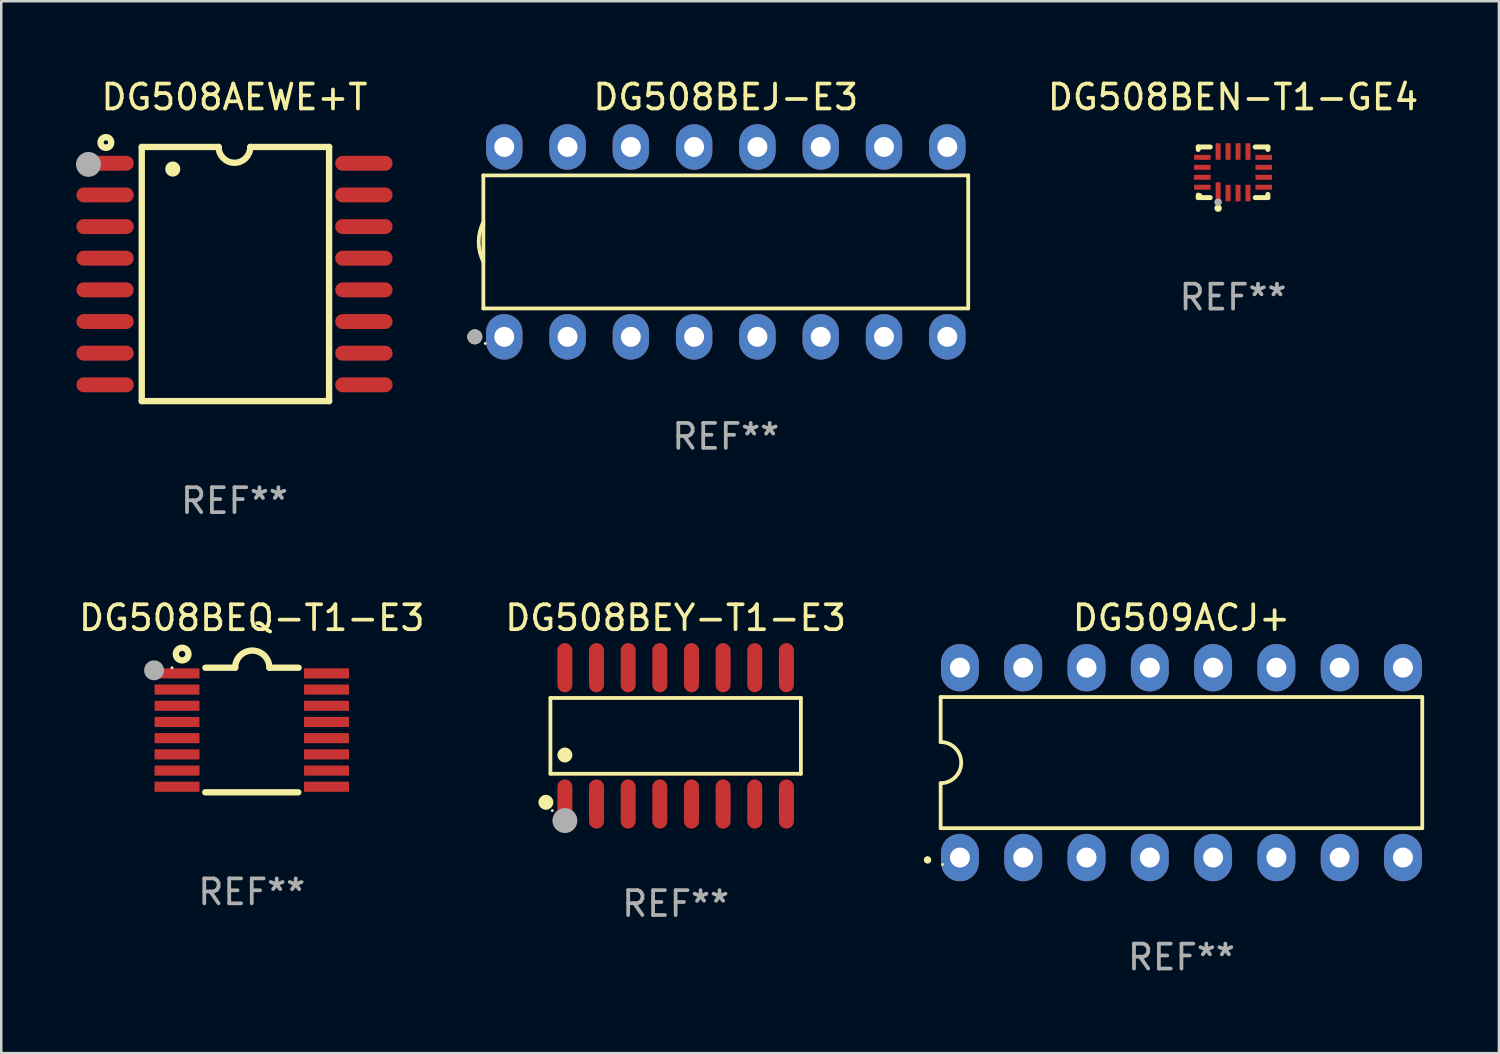
<source format=kicad_pcb>
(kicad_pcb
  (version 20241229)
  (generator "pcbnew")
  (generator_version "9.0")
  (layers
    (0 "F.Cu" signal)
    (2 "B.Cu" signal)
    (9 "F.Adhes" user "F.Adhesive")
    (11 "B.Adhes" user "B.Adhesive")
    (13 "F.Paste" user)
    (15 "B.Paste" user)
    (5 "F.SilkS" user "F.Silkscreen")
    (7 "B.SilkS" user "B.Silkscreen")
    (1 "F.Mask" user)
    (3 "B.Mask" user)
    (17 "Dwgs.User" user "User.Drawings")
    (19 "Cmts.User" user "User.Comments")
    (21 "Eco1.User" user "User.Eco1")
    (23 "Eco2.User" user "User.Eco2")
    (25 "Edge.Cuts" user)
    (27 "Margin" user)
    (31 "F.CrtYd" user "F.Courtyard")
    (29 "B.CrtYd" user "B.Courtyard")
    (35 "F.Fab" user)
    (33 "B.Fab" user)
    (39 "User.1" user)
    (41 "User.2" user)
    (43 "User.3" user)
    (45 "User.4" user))
  (footprint "DG508BEQ-T1-E3"
    (layer "F.Cu")
    (at 7.054 26.246)
    (property "Reference" "DG508BEQ-T1-E3" (at 0 -4.501 0) (layer "F.SilkS") (effects (font (size 1 1) (thickness 0.15))))
    (attr through_hole)
    (fp_line (start -1.868 2.501) (end 1.868 2.501) (stroke (width 0.254) (type solid)) (layer "F.SilkS"))
    (fp_line (start -1.86 -2.499) (end -0.666 -2.501) (stroke (width 0.254) (type solid)) (layer "F.SilkS"))
    (fp_line (start 0.706 -2.501) (end 1.88 -2.499) (stroke (width 0.254) (type solid)) (layer "F.SilkS"))
    (fp_arc (start -0.665914 -2.501448) (mid 0.019888 -3.18725) (end 0.70569 -2.501448) (stroke (width 0.254001) (type solid)) (layer "F.SilkS"))
    (fp_circle (center -3.2 -2.497) (end -3.17 -2.497) (stroke (width 0.06) (type solid)) (fill no) (layer "F.SilkS"))
    (fp_circle (center -2.794 -3.047) (end -2.54 -3.047) (stroke (width 0.254) (type solid)) (fill no) (layer "F.SilkS"))
    (fp_circle (center -3.921 -2.395) (end -3.721 -2.395) (stroke (width 0.4) (type solid)) (fill no) (layer "F.Fab"))
    (fp_text user "REF**" (at 0 6.501 0) (layer "F.Fab") (effects (font (size 1 1) (thickness 0.15))))
    (pad "1" smd rect (at -3 -2.272) (size 1.803 0.406) (layers "F.Cu" "F.Mask" "F.Paste"))
    (pad "2" smd rect (at -3 -1.622) (size 1.803 0.406) (layers "F.Cu" "F.Mask" "F.Paste"))
    (pad "3" smd rect (at -3 -0.972) (size 1.803 0.406) (layers "F.Cu" "F.Mask" "F.Paste"))
    (pad "4" smd rect (at -3 -0.322) (size 1.803 0.406) (layers "F.Cu" "F.Mask" "F.Paste"))
    (pad "5" smd rect (at -3 0.328) (size 1.803 0.406) (layers "F.Cu" "F.Mask" "F.Paste"))
    (pad "6" smd rect (at -3 0.978) (size 1.803 0.406) (layers "F.Cu" "F.Mask" "F.Paste"))
    (pad "7" smd rect (at -3 1.628) (size 1.803 0.406) (layers "F.Cu" "F.Mask" "F.Paste"))
    (pad "8" smd rect (at -3 2.278) (size 1.803 0.406) (layers "F.Cu" "F.Mask" "F.Paste"))
    (pad "9" smd rect (at 3 2.278) (size 1.803 0.406) (layers "F.Cu" "F.Mask" "F.Paste"))
    (pad "10" smd rect (at 3 1.628) (size 1.803 0.406) (layers "F.Cu" "F.Mask" "F.Paste"))
    (pad "11" smd rect (at 3 0.978) (size 1.803 0.406) (layers "F.Cu" "F.Mask" "F.Paste"))
    (pad "12" smd rect (at 3 0.328) (size 1.803 0.406) (layers "F.Cu" "F.Mask" "F.Paste"))
    (pad "13" smd rect (at 3 -0.322) (size 1.803 0.406) (layers "F.Cu" "F.Mask" "F.Paste"))
    (pad "14" smd rect (at 3 -0.972) (size 1.803 0.406) (layers "F.Cu" "F.Mask" "F.Paste"))
    (pad "15" smd rect (at 3 -1.622) (size 1.803 0.406) (layers "F.Cu" "F.Mask" "F.Paste"))
    (pad "16" smd rect (at 3 -2.272) (size 1.803 0.406) (layers "F.Cu" "F.Mask" "F.Paste")))
  (footprint "DG508AEWE+T"
    (layer "F.Cu")
    (at 6.36 7.948)
    (property "Reference" "DG508AEWE+T" (at 0 -7.1 0) (layer "F.SilkS") (effects (font (size 1 1) (thickness 0.15))))
    (attr through_hole)
    (fp_line (start -3.721 -5.1) (end -3.721 5.1) (stroke (width 0.254) (type solid)) (layer "F.SilkS"))
    (fp_line (start -3.721 -5.1) (end -0.635 -5.1) (stroke (width 0.254) (type solid)) (layer "F.SilkS"))
    (fp_line (start -3.721 5.1) (end 3.797 5.1) (stroke (width 0.254) (type solid)) (layer "F.SilkS"))
    (fp_line (start 3.797 -5.1) (end 0.635 -5.1) (stroke (width 0.254) (type solid)) (layer "F.SilkS"))
    (fp_line (start 3.797 5.1) (end 3.797 -5.1) (stroke (width 0.254) (type solid)) (layer "F.SilkS"))
    (fp_arc (start -2.476556 -4.211328) (mid -2.476567 -4.213868) (end -2.476556 -4.216408) (stroke (width 0.6) (type solid)) (layer "F.SilkS"))
    (fp_arc (start 0.63495 -5.100076) (mid -0.000178 -4.465329) (end -0.635052 -5.10033) (stroke (width 0.254001) (type solid)) (layer "F.SilkS"))
    (fp_circle (center -5.16 -5.28) (end -4.945 -5.28) (stroke (width 0.254) (type solid)) (fill no) (layer "F.SilkS"))
    (fp_circle (center -5.15 -5.15) (end -5.12 -5.15) (stroke (width 0.06) (type solid)) (fill no) (layer "F.SilkS"))
    (fp_circle (center -5.86 -4.4) (end -5.61 -4.4) (stroke (width 0.5) (type solid)) (fill no) (layer "F.Fab"))
    (fp_text user "REF**" (at 0 9.1 0) (layer "F.Fab") (effects (font (size 1 1) (thickness 0.15))))
    (pad "1" smd oval (at -5.194 -4.445) (size 2.3 0.6) (layers "F.Cu" "F.Mask" "F.Paste"))
    (pad "2" smd oval (at -5.194 -3.175) (size 2.3 0.6) (layers "F.Cu" "F.Mask" "F.Paste"))
    (pad "3" smd oval (at -5.194 -1.905) (size 2.3 0.6) (layers "F.Cu" "F.Mask" "F.Paste"))
    (pad "4" smd oval (at -5.194 -0.635) (size 2.3 0.6) (layers "F.Cu" "F.Mask" "F.Paste"))
    (pad "5" smd oval (at -5.194 0.635) (size 2.3 0.6) (layers "F.Cu" "F.Mask" "F.Paste"))
    (pad "6" smd oval (at -5.194 1.905) (size 2.3 0.6) (layers "F.Cu" "F.Mask" "F.Paste"))
    (pad "7" smd oval (at -5.194 3.175) (size 2.3 0.6) (layers "F.Cu" "F.Mask" "F.Paste"))
    (pad "8" smd oval (at -5.194 4.445) (size 2.3 0.6) (layers "F.Cu" "F.Mask" "F.Paste"))
    (pad "9" smd oval (at 5.194 4.445) (size 2.3 0.6) (layers "F.Cu" "F.Mask" "F.Paste"))
    (pad "10" smd oval (at 5.194 3.175) (size 2.3 0.6) (layers "F.Cu" "F.Mask" "F.Paste"))
    (pad "11" smd oval (at 5.194 1.905) (size 2.3 0.6) (layers "F.Cu" "F.Mask" "F.Paste"))
    (pad "12" smd oval (at 5.194 0.635) (size 2.3 0.6) (layers "F.Cu" "F.Mask" "F.Paste"))
    (pad "13" smd oval (at 5.194 -0.635) (size 2.3 0.6) (layers "F.Cu" "F.Mask" "F.Paste"))
    (pad "14" smd oval (at 5.194 -1.905) (size 2.3 0.6) (layers "F.Cu" "F.Mask" "F.Paste"))
    (pad "15" smd oval (at 5.194 -3.175) (size 2.3 0.6) (layers "F.Cu" "F.Mask" "F.Paste"))
    (pad "16" smd oval (at 5.194 -4.445) (size 2.3 0.6) (layers "F.Cu" "F.Mask" "F.Paste")))
  (footprint "DG508BEJ-E3"
    (layer "F.Cu")
    (at 26.077 6.658)
    (property "Reference" "DG508BEJ-E3" (at 0 -5.81 0) (layer "F.SilkS") (effects (font (size 1 1) (thickness 0.15))))
    (attr through_hole)
    (fp_line (start -9.729 -2.669) (end 9.729 -2.669) (stroke (width 0.152) (type solid)) (layer "F.SilkS"))
    (fp_line (start -9.729 2.669) (end -9.729 -2.669) (stroke (width 0.152) (type solid)) (layer "F.SilkS"))
    (fp_line (start 9.729 -2.669) (end 9.729 2.669) (stroke (width 0.152) (type solid)) (layer "F.SilkS"))
    (fp_line (start 9.729 2.669) (end -9.729 2.669) (stroke (width 0.152) (type solid)) (layer "F.SilkS"))
    (fp_arc (start -9.728727 0.793751) (mid -9.916106 0) (end -9.728727 -0.793752) (stroke (width 0.1524) (type solid)) (layer "F.SilkS"))
    (fp_circle (center -10.072 3.81) (end -9.922 3.81) (stroke (width 0.3) (type solid)) (fill no) (layer "F.SilkS"))
    (fp_circle (center -9.653 4.075) (end -9.623 4.075) (stroke (width 0.06) (type solid)) (fill no) (layer "F.SilkS"))
    (fp_circle (center -10.072 3.81) (end -9.922 3.81) (stroke (width 0.3) (type solid)) (fill no) (layer "F.Fab"))
    (fp_text user "REF**" (at 0 7.81 0) (layer "F.Fab") (effects (font (size 1 1) (thickness 0.15))))
    (pad "1" thru_hole oval (at -8.89 3.81) (size 1.46 1.825) (drill 0.8) (layers "*.Cu" "*.Mask"))
    (pad "2" thru_hole oval (at -6.35 3.81) (size 1.46 1.825) (drill 0.8) (layers "*.Cu" "*.Mask"))
    (pad "3" thru_hole oval (at -3.81 3.81) (size 1.46 1.825) (drill 0.8) (layers "*.Cu" "*.Mask"))
    (pad "4" thru_hole oval (at -1.27 3.81) (size 1.46 1.825) (drill 0.8) (layers "*.Cu" "*.Mask"))
    (pad "5" thru_hole oval (at 1.27 3.81) (size 1.46 1.825) (drill 0.8) (layers "*.Cu" "*.Mask"))
    (pad "6" thru_hole oval (at 3.81 3.81) (size 1.46 1.825) (drill 0.8) (layers "*.Cu" "*.Mask"))
    (pad "7" thru_hole oval (at 6.35 3.81) (size 1.46 1.825) (drill 0.8) (layers "*.Cu" "*.Mask"))
    (pad "8" thru_hole oval (at 8.89 3.81) (size 1.46 1.825) (drill 0.8) (layers "*.Cu" "*.Mask"))
    (pad "9" thru_hole oval (at 8.89 -3.81) (size 1.46 1.825) (drill 0.8) (layers "*.Cu" "*.Mask"))
    (pad "10" thru_hole oval (at 6.35 -3.81) (size 1.46 1.825) (drill 0.8) (layers "*.Cu" "*.Mask"))
    (pad "11" thru_hole oval (at 3.81 -3.81) (size 1.46 1.825) (drill 0.8) (layers "*.Cu" "*.Mask"))
    (pad "12" thru_hole oval (at 1.27 -3.81) (size 1.46 1.825) (drill 0.8) (layers "*.Cu" "*.Mask"))
    (pad "13" thru_hole oval (at -1.27 -3.81) (size 1.46 1.825) (drill 0.8) (layers "*.Cu" "*.Mask"))
    (pad "14" thru_hole oval (at -3.81 -3.81) (size 1.46 1.825) (drill 0.8) (layers "*.Cu" "*.Mask"))
    (pad "15" thru_hole oval (at -6.35 -3.81) (size 1.46 1.825) (drill 0.8) (layers "*.Cu" "*.Mask"))
    (pad "16" thru_hole oval (at -8.89 -3.81) (size 1.46 1.825) (drill 0.8) (layers "*.Cu" "*.Mask")))
  (footprint "DG508BEY-T1-E3"
    (layer "F.Cu")
    (at 24.065 26.481)
    (property "Reference" "DG508BEY-T1-E3" (at 0 -4.736 0) (layer "F.SilkS") (effects (font (size 1 1) (thickness 0.15))))
    (attr through_hole)
    (fp_line (start -5.026 -1.521) (end 5.026 -1.521) (stroke (width 0.152) (type solid)) (layer "F.SilkS"))
    (fp_line (start -5.026 1.521) (end -5.026 -1.521) (stroke (width 0.152) (type solid)) (layer "F.SilkS"))
    (fp_line (start 5.026 -1.521) (end 5.026 1.521) (stroke (width 0.152) (type solid)) (layer "F.SilkS"))
    (fp_line (start 5.026 1.521) (end -5.026 1.521) (stroke (width 0.152) (type solid)) (layer "F.SilkS"))
    (fp_circle (center -5.207 2.667) (end -5.057 2.667) (stroke (width 0.3) (type solid)) (fill no) (layer "F.SilkS"))
    (fp_circle (center -4.95 3) (end -4.92 3) (stroke (width 0.06) (type solid)) (fill no) (layer "F.SilkS"))
    (fp_circle (center -4.445 0.769) (end -4.295 0.769) (stroke (width 0.3) (type solid)) (fill no) (layer "F.SilkS"))
    (fp_circle (center -4.445 3.4) (end -4.195 3.4) (stroke (width 0.5) (type solid)) (fill no) (layer "F.Fab"))
    (fp_text user "REF**" (at 0 6.736 0) (layer "F.Fab") (effects (font (size 1 1) (thickness 0.15))))
    (pad "1" smd oval (at -4.445 2.736) (size 0.602 1.971) (layers "F.Cu" "F.Mask" "F.Paste"))
    (pad "2" smd oval (at -3.175 2.736) (size 0.602 1.971) (layers "F.Cu" "F.Mask" "F.Paste"))
    (pad "3" smd oval (at -1.905 2.736) (size 0.602 1.971) (layers "F.Cu" "F.Mask" "F.Paste"))
    (pad "4" smd oval (at -0.635 2.736) (size 0.602 1.971) (layers "F.Cu" "F.Mask" "F.Paste"))
    (pad "5" smd oval (at 0.635 2.736) (size 0.602 1.971) (layers "F.Cu" "F.Mask" "F.Paste"))
    (pad "6" smd oval (at 1.905 2.736) (size 0.602 1.971) (layers "F.Cu" "F.Mask" "F.Paste"))
    (pad "7" smd oval (at 3.175 2.736) (size 0.602 1.971) (layers "F.Cu" "F.Mask" "F.Paste"))
    (pad "8" smd oval (at 4.445 2.736) (size 0.602 1.971) (layers "F.Cu" "F.Mask" "F.Paste"))
    (pad "9" smd oval (at 4.445 -2.736) (size 0.602 1.971) (layers "F.Cu" "F.Mask" "F.Paste"))
    (pad "10" smd oval (at 3.175 -2.736) (size 0.602 1.971) (layers "F.Cu" "F.Mask" "F.Paste"))
    (pad "11" smd oval (at 1.905 -2.736) (size 0.602 1.971) (layers "F.Cu" "F.Mask" "F.Paste"))
    (pad "12" smd oval (at 0.635 -2.736) (size 0.602 1.971) (layers "F.Cu" "F.Mask" "F.Paste"))
    (pad "13" smd oval (at -0.635 -2.736) (size 0.602 1.971) (layers "F.Cu" "F.Mask" "F.Paste"))
    (pad "14" smd oval (at -1.905 -2.736) (size 0.602 1.971) (layers "F.Cu" "F.Mask" "F.Paste"))
    (pad "15" smd oval (at -3.175 -2.736) (size 0.602 1.971) (layers "F.Cu" "F.Mask" "F.Paste"))
    (pad "16" smd oval (at -4.445 -2.736) (size 0.602 1.971) (layers "F.Cu" "F.Mask" "F.Paste")))
  (footprint "DG509ACJ+"
    (layer "F.Cu")
    (at 44.364 27.555)
    (property "Reference" "DG509ACJ+" (at 0 -5.81 0) (layer "F.SilkS") (effects (font (size 1 1) (thickness 0.15))))
    (attr through_hole)
    (fp_line (start -9.664 -2.631) (end -9.664 -0.826) (stroke (width 0.152) (type solid)) (layer "F.SilkS"))
    (fp_line (start -9.664 0.826) (end -9.664 2.631) (stroke (width 0.152) (type solid)) (layer "F.SilkS"))
    (fp_line (start -9.664 2.631) (end 9.664 2.631) (stroke (width 0.152) (type solid)) (layer "F.SilkS"))
    (fp_line (start 9.664 -2.631) (end -9.664 -2.631) (stroke (width 0.152) (type solid)) (layer "F.SilkS"))
    (fp_line (start 9.664 2.631) (end 9.664 -2.631) (stroke (width 0.152) (type solid)) (layer "F.SilkS"))
    (fp_arc (start -9.663701 -0.825626) (mid -8.838075 0) (end -9.663701 0.825626) (stroke (width 0.1524) (type solid)) (layer "F.SilkS"))
    (fp_circle (center -10.19 3.905) (end -10.115 3.905) (stroke (width 0.15) (type solid)) (fill no) (layer "F.SilkS"))
    (fp_circle (center -9.588 4.09) (end -9.558 4.09) (stroke (width 0.06) (type solid)) (fill no) (layer "F.SilkS"))
    (fp_text user "REF**" (at 0 7.81 0) (layer "F.Fab") (effects (font (size 1 1) (thickness 0.15))))
    (pad "1" thru_hole oval (at -8.89 3.81) (size 1.52 1.9) (drill 0.8) (layers "*.Cu" "*.Mask"))
    (pad "2" thru_hole oval (at -6.35 3.81) (size 1.52 1.9) (drill 0.8) (layers "*.Cu" "*.Mask"))
    (pad "3" thru_hole oval (at -3.81 3.81) (size 1.52 1.9) (drill 0.8) (layers "*.Cu" "*.Mask"))
    (pad "4" thru_hole oval (at -1.27 3.81) (size 1.52 1.9) (drill 0.8) (layers "*.Cu" "*.Mask"))
    (pad "5" thru_hole oval (at 1.27 3.81) (size 1.52 1.9) (drill 0.8) (layers "*.Cu" "*.Mask"))
    (pad "6" thru_hole oval (at 3.81 3.81) (size 1.52 1.9) (drill 0.8) (layers "*.Cu" "*.Mask"))
    (pad "7" thru_hole oval (at 6.35 3.81) (size 1.52 1.9) (drill 0.8) (layers "*.Cu" "*.Mask"))
    (pad "8" thru_hole oval (at 8.89 3.81) (size 1.52 1.9) (drill 0.8) (layers "*.Cu" "*.Mask"))
    (pad "9" thru_hole oval (at 8.89 -3.81) (size 1.52 1.9) (drill 0.8) (layers "*.Cu" "*.Mask"))
    (pad "10" thru_hole oval (at 6.35 -3.81) (size 1.52 1.9) (drill 0.8) (layers "*.Cu" "*.Mask"))
    (pad "11" thru_hole oval (at 3.81 -3.81) (size 1.52 1.9) (drill 0.8) (layers "*.Cu" "*.Mask"))
    (pad "12" thru_hole oval (at 1.27 -3.81) (size 1.52 1.9) (drill 0.8) (layers "*.Cu" "*.Mask"))
    (pad "13" thru_hole oval (at -1.27 -3.81) (size 1.52 1.9) (drill 0.8) (layers "*.Cu" "*.Mask"))
    (pad "14" thru_hole oval (at -3.81 -3.81) (size 1.52 1.9) (drill 0.8) (layers "*.Cu" "*.Mask"))
    (pad "15" thru_hole oval (at -6.35 -3.81) (size 1.52 1.9) (drill 0.8) (layers "*.Cu" "*.Mask"))
    (pad "16" thru_hole oval (at -8.89 -3.81) (size 1.52 1.9) (drill 0.8) (layers "*.Cu" "*.Mask")))
  (footprint "DG508BEN-T1-GE4"
    (layer "F.Cu")
    (at 46.435 3.864)
    (property "Reference" "DG508BEN-T1-GE4" (at 0 -3.016 0) (layer "F.SilkS") (effects (font (size 1 1) (thickness 0.15))))
    (attr through_hole)
    (fp_line (start -1.397 -1.016) (end -1.397 -0.916) (stroke (width 0.2) (type solid)) (layer "F.SilkS"))
    (fp_line (start -1.397 0.916) (end -1.397 1.016) (stroke (width 0.2) (type solid)) (layer "F.SilkS"))
    (fp_line (start -1.397 1.016) (end -0.916 1.016) (stroke (width 0.2) (type solid)) (layer "F.SilkS"))
    (fp_line (start -0.916 -1.016) (end -1.397 -1.016) (stroke (width 0.2) (type solid)) (layer "F.SilkS"))
    (fp_line (start 0.889 -1.016) (end 1.397 -1.016) (stroke (width 0.2) (type solid)) (layer "F.SilkS"))
    (fp_line (start 1.397 -1.016) (end 1.397 -0.916) (stroke (width 0.2) (type solid)) (layer "F.SilkS"))
    (fp_line (start 1.397 0.889) (end 1.397 1.016) (stroke (width 0.2) (type solid)) (layer "F.SilkS"))
    (fp_line (start 1.397 1.016) (end 0.889 1.016) (stroke (width 0.2) (type solid)) (layer "F.SilkS"))
    (fp_circle (center -1.3 0.9) (end -1.27 0.9) (stroke (width 0.06) (type solid)) (fill no) (layer "F.SilkS"))
    (fp_circle (center -0.6 1.44) (end -0.525 1.44) (stroke (width 0.15) (type solid)) (fill no) (layer "F.SilkS"))
    (fp_circle (center -0.6 1.2) (end -0.525 1.2) (stroke (width 0.15) (type solid)) (fill no) (layer "F.Fab"))
    (fp_text user "REF**" (at 0 5.016 0) (layer "F.Fab") (effects (font (size 1 1) (thickness 0.15))))
    (pad "1" smd rect (at -0.6 0.782) (size 0.2 0.765) (layers "F.Cu" "F.Mask" "F.Paste"))
    (pad "2" smd rect (at -0.2 0.833) (size 0.2 0.665) (layers "F.Cu" "F.Mask" "F.Paste"))
    (pad "3" smd rect (at 0.2 0.833) (size 0.2 0.665) (layers "F.Cu" "F.Mask" "F.Paste"))
    (pad "4" smd rect (at 0.6 0.833) (size 0.2 0.665) (layers "F.Cu" "F.Mask" "F.Paste"))
    (pad "5" smd rect (at 1.232 0.6) (size 0.665 0.2) (layers "F.Cu" "F.Mask" "F.Paste"))
    (pad "6" smd rect (at 1.232 0.2) (size 0.665 0.2) (layers "F.Cu" "F.Mask" "F.Paste"))
    (pad "7" smd rect (at 1.232 -0.2) (size 0.665 0.2) (layers "F.Cu" "F.Mask" "F.Paste"))
    (pad "8" smd rect (at 1.232 -0.6) (size 0.665 0.2) (layers "F.Cu" "F.Mask" "F.Paste"))
    (pad "9" smd rect (at 0.6 -0.833) (size 0.2 0.665) (layers "F.Cu" "F.Mask" "F.Paste"))
    (pad "10" smd rect (at 0.2 -0.833) (size 0.2 0.665) (layers "F.Cu" "F.Mask" "F.Paste"))
    (pad "11" smd rect (at -0.2 -0.833) (size 0.2 0.665) (layers "F.Cu" "F.Mask" "F.Paste"))
    (pad "12" smd rect (at -0.6 -0.833) (size 0.2 0.665) (layers "F.Cu" "F.Mask" "F.Paste"))
    (pad "13" smd rect (at -1.232 -0.6) (size 0.665 0.2) (layers "F.Cu" "F.Mask" "F.Paste"))
    (pad "14" smd rect (at -1.232 -0.2) (size 0.665 0.2) (layers "F.Cu" "F.Mask" "F.Paste"))
    (pad "15" smd rect (at -1.232 0.2) (size 0.665 0.2) (layers "F.Cu" "F.Mask" "F.Paste"))
    (pad "16" smd rect (at -1.232 0.6) (size 0.665 0.2) (layers "F.Cu" "F.Mask" "F.Paste")))
  (gr_rect
    (start -3 -3)
    (end 57.104 39.213)
    (stroke (width 0.1) (type default))
    (fill no)
    (layer "Edge.Cuts")))
</source>
